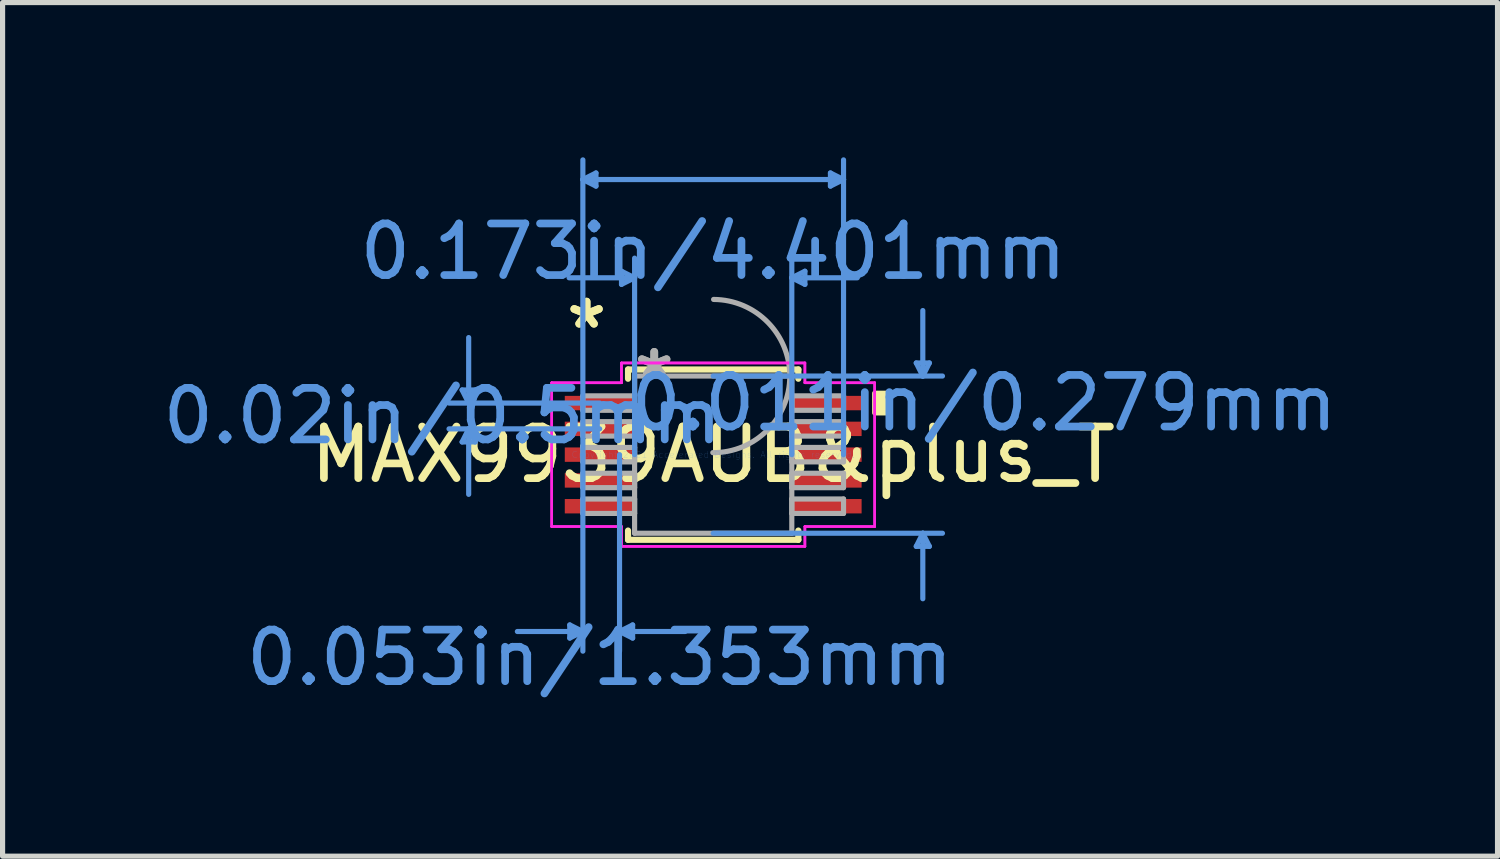
<source format=kicad_pcb>
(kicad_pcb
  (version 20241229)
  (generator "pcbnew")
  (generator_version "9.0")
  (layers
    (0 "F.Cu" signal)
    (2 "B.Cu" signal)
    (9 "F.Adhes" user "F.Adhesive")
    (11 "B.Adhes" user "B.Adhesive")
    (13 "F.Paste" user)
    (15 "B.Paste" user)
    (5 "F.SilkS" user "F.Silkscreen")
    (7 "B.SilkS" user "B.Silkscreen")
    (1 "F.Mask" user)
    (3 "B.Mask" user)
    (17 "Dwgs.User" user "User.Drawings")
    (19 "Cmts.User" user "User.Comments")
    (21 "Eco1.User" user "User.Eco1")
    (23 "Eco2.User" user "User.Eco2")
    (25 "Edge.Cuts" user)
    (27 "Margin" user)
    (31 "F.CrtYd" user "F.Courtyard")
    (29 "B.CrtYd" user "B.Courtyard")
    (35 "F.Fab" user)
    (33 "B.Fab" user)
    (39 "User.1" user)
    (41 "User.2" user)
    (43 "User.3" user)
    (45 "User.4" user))
  (footprint "MAX9939AUB&plus_T"
    (layer "F.Cu")
    (at 10.778 5.765)
    (property "Reference" "MAX9939AUB&plus_T" (at 0 0 0) (layer "F.SilkS") (effects (font (size 1 1) (thickness 0.15))))
    (attr through_hole)
    (fp_line (start -1.651 -1.651) (end -1.651 -1.472) (stroke (width 0.12) (type solid)) (layer "F.SilkS"))
    (fp_line (start -1.651 1.472) (end -1.651 1.651) (stroke (width 0.12) (type solid)) (layer "F.SilkS"))
    (fp_line (start -1.651 1.651) (end 1.651 1.651) (stroke (width 0.12) (type solid)) (layer "F.SilkS"))
    (fp_line (start 1.651 -1.651) (end -1.651 -1.651) (stroke (width 0.12) (type solid)) (layer "F.SilkS"))
    (fp_line (start 1.651 -1.472) (end 1.651 -1.651) (stroke (width 0.12) (type solid)) (layer "F.SilkS"))
    (fp_line (start 1.651 1.651) (end 1.651 1.472) (stroke (width 0.12) (type solid)) (layer "F.SilkS"))
    (fp_poly (pts (xy 3.385 -1.191) (xy 3.385 -0.81) (xy 3.131 -0.81) (xy 3.131 -1.191)) (stroke (width 0.1) (type solid)) (fill yes) (layer "F.SilkS"))
    (fp_line (start -4.868 -1.254) (end -4.614 -1.254) (stroke (width 0.1) (type solid)) (layer "Cmts.User"))
    (fp_line (start -4.868 -0.246) (end -4.614 -0.246) (stroke (width 0.1) (type solid)) (layer "Cmts.User"))
    (fp_line (start -4.741 -1) (end -4.868 -1.254) (stroke (width 0.1) (type solid)) (layer "Cmts.User"))
    (fp_line (start -4.741 -1) (end -4.741 -2.27) (stroke (width 0.1) (type solid)) (layer "Cmts.User"))
    (fp_line (start -4.741 -1) (end -4.614 -1.254) (stroke (width 0.1) (type solid)) (layer "Cmts.User"))
    (fp_line (start -4.741 -0.5) (end -4.868 -0.246) (stroke (width 0.1) (type solid)) (layer "Cmts.User"))
    (fp_line (start -4.741 -0.5) (end -4.741 0.77) (stroke (width 0.1) (type solid)) (layer "Cmts.User"))
    (fp_line (start -4.741 -0.5) (end -4.614 -0.246) (stroke (width 0.1) (type solid)) (layer "Cmts.User"))
    (fp_line (start -2.781 3.302) (end -2.781 3.556) (stroke (width 0.1) (type solid)) (layer "Cmts.User"))
    (fp_line (start -2.527 -5.334) (end -2.273 -5.461) (stroke (width 0.1) (type solid)) (layer "Cmts.User"))
    (fp_line (start -2.527 -5.334) (end -2.273 -5.207) (stroke (width 0.1) (type solid)) (layer "Cmts.User"))
    (fp_line (start -2.527 -5.334) (end 2.527 -5.334) (stroke (width 0.1) (type solid)) (layer "Cmts.User"))
    (fp_line (start -2.527 0) (end -2.527 -5.715) (stroke (width 0.1) (type solid)) (layer "Cmts.User"))
    (fp_line (start -2.527 0) (end -2.527 3.81) (stroke (width 0.1) (type solid)) (layer "Cmts.User"))
    (fp_line (start -2.527 3.429) (end -3.797 3.429) (stroke (width 0.1) (type solid)) (layer "Cmts.User"))
    (fp_line (start -2.527 3.429) (end -2.781 3.302) (stroke (width 0.1) (type solid)) (layer "Cmts.User"))
    (fp_line (start -2.527 3.429) (end -2.781 3.556) (stroke (width 0.1) (type solid)) (layer "Cmts.User"))
    (fp_line (start -2.273 -5.461) (end -2.273 -5.207) (stroke (width 0.1) (type solid)) (layer "Cmts.User"))
    (fp_line (start -2.201 -1) (end -5.122 -1) (stroke (width 0.1) (type solid)) (layer "Cmts.User"))
    (fp_line (start -2.201 -0.5) (end -5.122 -0.5) (stroke (width 0.1) (type solid)) (layer "Cmts.User"))
    (fp_line (start -1.816 0) (end -1.816 3.81) (stroke (width 0.1) (type solid)) (layer "Cmts.User"))
    (fp_line (start -1.816 3.429) (end -1.562 3.302) (stroke (width 0.1) (type solid)) (layer "Cmts.User"))
    (fp_line (start -1.816 3.429) (end -1.562 3.556) (stroke (width 0.1) (type solid)) (layer "Cmts.User"))
    (fp_line (start -1.816 3.429) (end -0.546 3.429) (stroke (width 0.1) (type solid)) (layer "Cmts.User"))
    (fp_line (start -1.778 -3.556) (end -1.778 -3.302) (stroke (width 0.1) (type solid)) (layer "Cmts.User"))
    (fp_line (start -1.562 3.302) (end -1.562 3.556) (stroke (width 0.1) (type solid)) (layer "Cmts.User"))
    (fp_line (start -1.524 -3.429) (end -2.794 -3.429) (stroke (width 0.1) (type solid)) (layer "Cmts.User"))
    (fp_line (start -1.524 -3.429) (end -1.778 -3.556) (stroke (width 0.1) (type solid)) (layer "Cmts.User"))
    (fp_line (start -1.524 -3.429) (end -1.778 -3.302) (stroke (width 0.1) (type solid)) (layer "Cmts.User"))
    (fp_line (start -1.524 0) (end -1.524 -3.81) (stroke (width 0.1) (type solid)) (layer "Cmts.User"))
    (fp_line (start 0 -1.524) (end 4.445 -1.524) (stroke (width 0.1) (type solid)) (layer "Cmts.User"))
    (fp_line (start 0 1.524) (end 4.445 1.524) (stroke (width 0.1) (type solid)) (layer "Cmts.User"))
    (fp_line (start 1.524 -3.429) (end 1.778 -3.556) (stroke (width 0.1) (type solid)) (layer "Cmts.User"))
    (fp_line (start 1.524 -3.429) (end 1.778 -3.302) (stroke (width 0.1) (type solid)) (layer "Cmts.User"))
    (fp_line (start 1.524 -3.429) (end 2.794 -3.429) (stroke (width 0.1) (type solid)) (layer "Cmts.User"))
    (fp_line (start 1.524 0) (end 1.524 -3.81) (stroke (width 0.1) (type solid)) (layer "Cmts.User"))
    (fp_line (start 1.778 -3.556) (end 1.778 -3.302) (stroke (width 0.1) (type solid)) (layer "Cmts.User"))
    (fp_line (start 2.273 -5.461) (end 2.273 -5.207) (stroke (width 0.1) (type solid)) (layer "Cmts.User"))
    (fp_line (start 2.527 -5.334) (end 2.273 -5.461) (stroke (width 0.1) (type solid)) (layer "Cmts.User"))
    (fp_line (start 2.527 -5.334) (end 2.273 -5.207) (stroke (width 0.1) (type solid)) (layer "Cmts.User"))
    (fp_line (start 2.527 0) (end 2.527 -5.715) (stroke (width 0.1) (type solid)) (layer "Cmts.User"))
    (fp_line (start 3.937 -1.778) (end 4.191 -1.778) (stroke (width 0.1) (type solid)) (layer "Cmts.User"))
    (fp_line (start 3.937 1.778) (end 4.191 1.778) (stroke (width 0.1) (type solid)) (layer "Cmts.User"))
    (fp_line (start 4.064 -1.524) (end 3.937 -1.778) (stroke (width 0.1) (type solid)) (layer "Cmts.User"))
    (fp_line (start 4.064 -1.524) (end 4.064 -2.794) (stroke (width 0.1) (type solid)) (layer "Cmts.User"))
    (fp_line (start 4.064 -1.524) (end 4.191 -1.778) (stroke (width 0.1) (type solid)) (layer "Cmts.User"))
    (fp_line (start 4.064 1.524) (end 3.937 1.778) (stroke (width 0.1) (type solid)) (layer "Cmts.User"))
    (fp_line (start 4.064 1.524) (end 4.064 2.794) (stroke (width 0.1) (type solid)) (layer "Cmts.User"))
    (fp_line (start 4.064 1.524) (end 4.191 1.778) (stroke (width 0.1) (type solid)) (layer "Cmts.User"))
    (fp_line (start -3.131 -1.394) (end -1.778 -1.394) (stroke (width 0.05) (type solid)) (layer "F.CrtYd"))
    (fp_line (start -3.131 -1.394) (end -1.778 -1.394) (stroke (width 0.05) (type solid)) (layer "F.CrtYd"))
    (fp_line (start -3.131 1.394) (end -3.131 -1.394) (stroke (width 0.05) (type solid)) (layer "F.CrtYd"))
    (fp_line (start -3.131 1.394) (end -3.131 -1.394) (stroke (width 0.05) (type solid)) (layer "F.CrtYd"))
    (fp_line (start -3.131 1.394) (end -1.778 1.394) (stroke (width 0.05) (type solid)) (layer "F.CrtYd"))
    (fp_line (start -1.778 -1.778) (end 1.778 -1.778) (stroke (width 0.05) (type solid)) (layer "F.CrtYd"))
    (fp_line (start -1.778 -1.778) (end 1.778 -1.778) (stroke (width 0.05) (type solid)) (layer "F.CrtYd"))
    (fp_line (start -1.778 -1.394) (end -1.778 -1.778) (stroke (width 0.05) (type solid)) (layer "F.CrtYd"))
    (fp_line (start -1.778 -1.394) (end -1.778 -1.778) (stroke (width 0.05) (type solid)) (layer "F.CrtYd"))
    (fp_line (start -1.778 1.394) (end -3.131 1.394) (stroke (width 0.05) (type solid)) (layer "F.CrtYd"))
    (fp_line (start -1.778 1.778) (end -1.778 1.394) (stroke (width 0.05) (type solid)) (layer "F.CrtYd"))
    (fp_line (start -1.778 1.778) (end -1.778 1.394) (stroke (width 0.05) (type solid)) (layer "F.CrtYd"))
    (fp_line (start 1.778 -1.778) (end 1.778 -1.394) (stroke (width 0.05) (type solid)) (layer "F.CrtYd"))
    (fp_line (start 1.778 -1.778) (end 1.778 -1.394) (stroke (width 0.05) (type solid)) (layer "F.CrtYd"))
    (fp_line (start 1.778 -1.394) (end 3.131 -1.394) (stroke (width 0.05) (type solid)) (layer "F.CrtYd"))
    (fp_line (start 1.778 1.394) (end 1.778 1.778) (stroke (width 0.05) (type solid)) (layer "F.CrtYd"))
    (fp_line (start 1.778 1.394) (end 1.778 1.778) (stroke (width 0.05) (type solid)) (layer "F.CrtYd"))
    (fp_line (start 1.778 1.778) (end -1.778 1.778) (stroke (width 0.05) (type solid)) (layer "F.CrtYd"))
    (fp_line (start 1.778 1.778) (end -1.778 1.778) (stroke (width 0.05) (type solid)) (layer "F.CrtYd"))
    (fp_line (start 3.131 -1.394) (end 1.778 -1.394) (stroke (width 0.05) (type solid)) (layer "F.CrtYd"))
    (fp_line (start 3.131 -1.394) (end 3.131 1.394) (stroke (width 0.05) (type solid)) (layer "F.CrtYd"))
    (fp_line (start 3.131 -1.394) (end 3.131 1.394) (stroke (width 0.05) (type solid)) (layer "F.CrtYd"))
    (fp_line (start 3.131 1.394) (end 1.778 1.394) (stroke (width 0.05) (type solid)) (layer "F.CrtYd"))
    (fp_line (start 3.131 1.394) (end 1.778 1.394) (stroke (width 0.05) (type solid)) (layer "F.CrtYd"))
    (fp_line (start -2.527 -1.14) (end -2.527 -0.86) (stroke (width 0.1) (type solid)) (layer "F.Fab"))
    (fp_line (start -2.527 -0.86) (end -1.524 -0.86) (stroke (width 0.1) (type solid)) (layer "F.Fab"))
    (fp_line (start -2.527 -0.64) (end -2.527 -0.36) (stroke (width 0.1) (type solid)) (layer "F.Fab"))
    (fp_line (start -2.527 -0.36) (end -1.524 -0.36) (stroke (width 0.1) (type solid)) (layer "F.Fab"))
    (fp_line (start -2.527 -0.14) (end -2.527 0.14) (stroke (width 0.1) (type solid)) (layer "F.Fab"))
    (fp_line (start -2.527 0.14) (end -1.524 0.14) (stroke (width 0.1) (type solid)) (layer "F.Fab"))
    (fp_line (start -2.527 0.36) (end -2.527 0.64) (stroke (width 0.1) (type solid)) (layer "F.Fab"))
    (fp_line (start -2.527 0.64) (end -1.524 0.64) (stroke (width 0.1) (type solid)) (layer "F.Fab"))
    (fp_line (start -2.527 0.86) (end -2.527 1.14) (stroke (width 0.1) (type solid)) (layer "F.Fab"))
    (fp_line (start -2.527 1.14) (end -1.524 1.14) (stroke (width 0.1) (type solid)) (layer "F.Fab"))
    (fp_line (start -1.524 -1.524) (end -1.524 1.524) (stroke (width 0.1) (type solid)) (layer "F.Fab"))
    (fp_line (start -1.524 -1.14) (end -2.527 -1.14) (stroke (width 0.1) (type solid)) (layer "F.Fab"))
    (fp_line (start -1.524 -0.86) (end -1.524 -1.14) (stroke (width 0.1) (type solid)) (layer "F.Fab"))
    (fp_line (start -1.524 -0.64) (end -2.527 -0.64) (stroke (width 0.1) (type solid)) (layer "F.Fab"))
    (fp_line (start -1.524 -0.36) (end -1.524 -0.64) (stroke (width 0.1) (type solid)) (layer "F.Fab"))
    (fp_line (start -1.524 -0.14) (end -2.527 -0.14) (stroke (width 0.1) (type solid)) (layer "F.Fab"))
    (fp_line (start -1.524 0.14) (end -1.524 -0.14) (stroke (width 0.1) (type solid)) (layer "F.Fab"))
    (fp_line (start -1.524 0.36) (end -2.527 0.36) (stroke (width 0.1) (type solid)) (layer "F.Fab"))
    (fp_line (start -1.524 0.64) (end -1.524 0.36) (stroke (width 0.1) (type solid)) (layer "F.Fab"))
    (fp_line (start -1.524 0.86) (end -2.527 0.86) (stroke (width 0.1) (type solid)) (layer "F.Fab"))
    (fp_line (start -1.524 1.14) (end -1.524 0.86) (stroke (width 0.1) (type solid)) (layer "F.Fab"))
    (fp_line (start -1.524 1.524) (end 1.524 1.524) (stroke (width 0.1) (type solid)) (layer "F.Fab"))
    (fp_line (start 1.524 -1.524) (end -1.524 -1.524) (stroke (width 0.1) (type solid)) (layer "F.Fab"))
    (fp_line (start 1.524 -1.14) (end 1.524 -0.86) (stroke (width 0.1) (type solid)) (layer "F.Fab"))
    (fp_line (start 1.524 -0.86) (end 2.527 -0.86) (stroke (width 0.1) (type solid)) (layer "F.Fab"))
    (fp_line (start 1.524 -0.64) (end 1.524 -0.36) (stroke (width 0.1) (type solid)) (layer "F.Fab"))
    (fp_line (start 1.524 -0.36) (end 2.527 -0.36) (stroke (width 0.1) (type solid)) (layer "F.Fab"))
    (fp_line (start 1.524 -0.14) (end 1.524 0.14) (stroke (width 0.1) (type solid)) (layer "F.Fab"))
    (fp_line (start 1.524 0.14) (end 2.527 0.14) (stroke (width 0.1) (type solid)) (layer "F.Fab"))
    (fp_line (start 1.524 0.36) (end 1.524 0.64) (stroke (width 0.1) (type solid)) (layer "F.Fab"))
    (fp_line (start 1.524 0.64) (end 2.527 0.64) (stroke (width 0.1) (type solid)) (layer "F.Fab"))
    (fp_line (start 1.524 0.86) (end 1.524 1.14) (stroke (width 0.1) (type solid)) (layer "F.Fab"))
    (fp_line (start 1.524 1.14) (end 2.527 1.14) (stroke (width 0.1) (type solid)) (layer "F.Fab"))
    (fp_line (start 1.524 1.524) (end 1.524 -1.524) (stroke (width 0.1) (type solid)) (layer "F.Fab"))
    (fp_line (start 2.527 -1.14) (end 1.524 -1.14) (stroke (width 0.1) (type solid)) (layer "F.Fab"))
    (fp_line (start 2.527 -0.86) (end 2.527 -1.14) (stroke (width 0.1) (type solid)) (layer "F.Fab"))
    (fp_line (start 2.527 -0.64) (end 1.524 -0.64) (stroke (width 0.1) (type solid)) (layer "F.Fab"))
    (fp_line (start 2.527 -0.36) (end 2.527 -0.64) (stroke (width 0.1) (type solid)) (layer "F.Fab"))
    (fp_line (start 2.527 -0.14) (end 1.524 -0.14) (stroke (width 0.1) (type solid)) (layer "F.Fab"))
    (fp_line (start 2.527 0.14) (end 2.527 -0.14) (stroke (width 0.1) (type solid)) (layer "F.Fab"))
    (fp_line (start 2.527 0.36) (end 1.524 0.36) (stroke (width 0.1) (type solid)) (layer "F.Fab"))
    (fp_line (start 2.527 0.64) (end 2.527 0.36) (stroke (width 0.1) (type solid)) (layer "F.Fab"))
    (fp_line (start 2.527 0.86) (end 1.524 0.86) (stroke (width 0.1) (type solid)) (layer "F.Fab"))
    (fp_line (start 2.527 1.14) (end 2.527 0.86) (stroke (width 0.1) (type solid)) (layer "F.Fab"))
    (fp_arc (start 0.007742 -3.00929) (mid 1.48529 -1.516258) (end -0.007742 -0.03871) (stroke (width 0.1) (type solid)) (layer "F.Fab"))
    (fp_text user "*" (at -2.455 -2.422 0) (layer "F.SilkS") (effects (font (size 1 1) (thickness 0.15))))
    (fp_text user "*" (at -2.455 -2.422 0) (layer "F.SilkS") (effects (font (size 1 1) (thickness 0.15))))
    (fp_text user "0.173in/4.401mm" (at 0 -3.937 0) (layer "Cmts.User") (effects (font (size 1 1) (thickness 0.15))))
    (fp_text user "0.011in/0.279mm" (at 5.249 -1 0) (layer "Cmts.User") (effects (font (size 1 1) (thickness 0.15))))
    (fp_text user "0.053in/1.353mm" (at -2.201 3.937 0) (layer "Cmts.User") (effects (font (size 1 1) (thickness 0.15))))
    (fp_text user "Copyright 2021 Accelerated Designs. All rights reserved." (at 0 0 0) (layer "Cmts.User") (effects (font (size 0.127 0.127) (thickness 0.002))))
    (fp_text user "0.02in/0.5mm" (at -5.249 -0.75 0) (layer "Cmts.User") (effects (font (size 1 1) (thickness 0.15))))
    (fp_text user "*" (at -1.143 -1.448 0) (layer "F.Fab") (effects (font (size 1 1) (thickness 0.15))))
    (fp_text user "*" (at -1.143 -1.448 0) (layer "F.Fab") (effects (font (size 1 1) (thickness 0.15))))
    (pad "1" smd rect (at -2.201 -1) (size 1.353 0.279) (layers "F.Cu" "F.Mask" "F.Paste"))
    (pad "2" smd rect (at -2.201 -0.5) (size 1.353 0.279) (layers "F.Cu" "F.Mask" "F.Paste"))
    (pad "3" smd rect (at -2.201 0) (size 1.353 0.279) (layers "F.Cu" "F.Mask" "F.Paste"))
    (pad "4" smd rect (at -2.201 0.5) (size 1.353 0.279) (layers "F.Cu" "F.Mask" "F.Paste"))
    (pad "5" smd rect (at -2.201 1) (size 1.353 0.279) (layers "F.Cu" "F.Mask" "F.Paste"))
    (pad "6" smd rect (at 2.201 1) (size 1.353 0.279) (layers "F.Cu" "F.Mask" "F.Paste"))
    (pad "7" smd rect (at 2.201 0.5) (size 1.353 0.279) (layers "F.Cu" "F.Mask" "F.Paste"))
    (pad "8" smd rect (at 2.201 0) (size 1.353 0.279) (layers "F.Cu" "F.Mask" "F.Paste"))
    (pad "9" smd rect (at 2.201 -0.5) (size 1.353 0.279) (layers "F.Cu" "F.Mask" "F.Paste"))
    (pad "10" smd rect (at 2.201 -1) (size 1.353 0.279) (layers "F.Cu" "F.Mask" "F.Paste")))
  (gr_rect
    (start -3 -3)
    (end 25.985 13.55)
    (stroke (width 0.1) (type default))
    (fill no)
    (layer "Edge.Cuts")))
</source>
